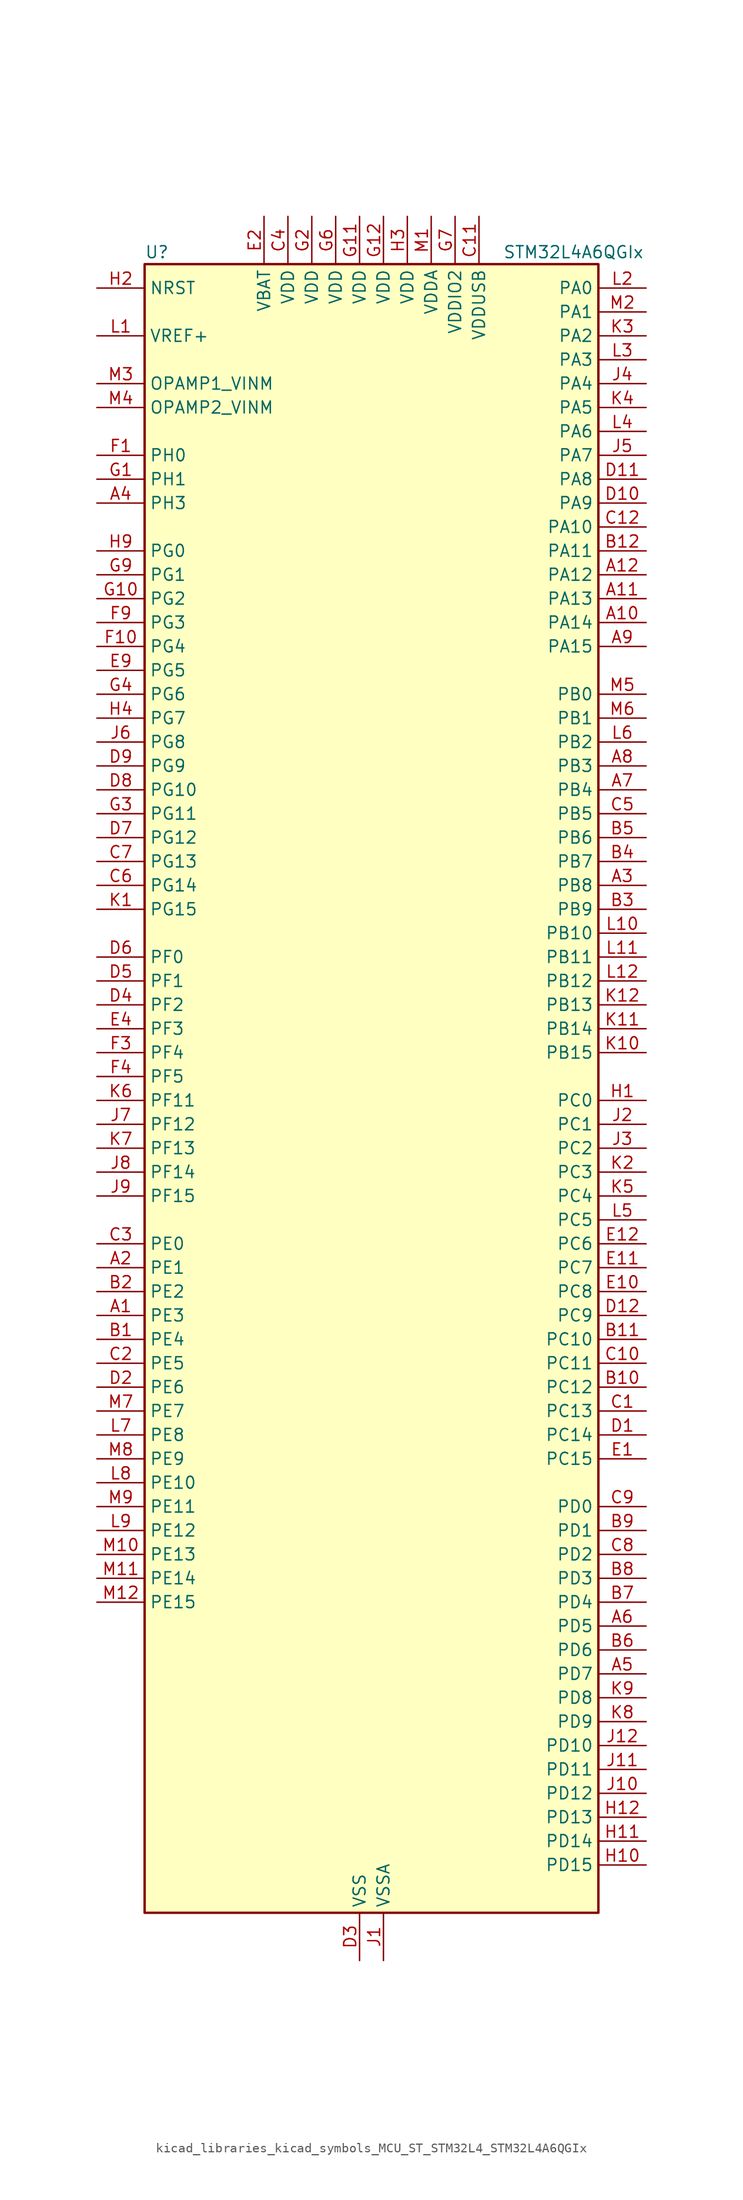
<source format=kicad_sym>
(kicad_symbol_lib
  (version 20220914)
  (generator kicad_symbol_editor)
  (symbol "kicad_libraries_kicad_symbols_MCU_ST_STM32L4_STM32L4A6QGIx"
    (property "Reference" "U"
      (at -22.86 90.17 0)
      (effects (font (size 1.27 1.27)) (justify left)))
    (property "Value" "STM32L4A6QGIx"
      (at 15.24 90.17 0)
      (effects (font (size 1.27 1.27)) (justify left)))
    (property "ki_locked" ""
      (at 0 0 0)
      (effects (font (size 1.27 1.27))))
    (symbol "kicad_libraries_kicad_symbols_MCU_ST_STM32L4_STM32L4A6QGIx_0_1"
      (rectangle (start -22.86 -86.36) (end 25.4 88.9) (stroke (width 0.254) (type default)) (fill (type background))))
    (symbol "kicad_libraries_kicad_symbols_MCU_ST_STM32L4_STM32L4A6QGIx_1_1"
      (pin bidirectional line (at -27.94 -22.86 0) (length 5.08) (name "PE3" (effects (font (size 1.27 1.27)))) (number "A1" (effects (font (size 1.27 1.27)))) (alternate "FMC_A19" bidirectional line) (alternate "LCD_SEG39" bidirectional line) (alternate "SAI1_SD_B" bidirectional line) (alternate "SYS_TRACED0" bidirectional line) (alternate "TIM3_CH1" bidirectional line) (alternate "TSC_G7_IO2" bidirectional line))
      (pin bidirectional line (at 30.48 50.8 180) (length 5.08) (name "PA14" (effects (font (size 1.27 1.27)))) (number "A10" (effects (font (size 1.27 1.27)))) (alternate "I2C1_SMBA" bidirectional line) (alternate "I2C4_SMBA" bidirectional line) (alternate "LPTIM1_OUT" bidirectional line) (alternate "SAI1_FS_B" bidirectional line) (alternate "SWPMI1_RX" bidirectional line) (alternate "SYS_JTCK-SWCLK" bidirectional line) (alternate "USB_OTG_FS_SOF" bidirectional line))
      (pin bidirectional line (at 30.48 53.34 180) (length 5.08) (name "PA13" (effects (font (size 1.27 1.27)))) (number "A11" (effects (font (size 1.27 1.27)))) (alternate "IR_OUT" bidirectional line) (alternate "SAI1_SD_B" bidirectional line) (alternate "SWPMI1_TX" bidirectional line) (alternate "SYS_JTMS-SWDIO" bidirectional line) (alternate "USB_OTG_FS_NOE" bidirectional line))
      (pin bidirectional line (at 30.48 55.88 180) (length 5.08) (name "PA12" (effects (font (size 1.27 1.27)))) (number "A12" (effects (font (size 1.27 1.27)))) (alternate "CAN1_TX" bidirectional line) (alternate "SPI1_MOSI" bidirectional line) (alternate "TIM1_ETR" bidirectional line) (alternate "USART1_DE" bidirectional line) (alternate "USART1_RTS" bidirectional line) (alternate "USB_OTG_FS_DP" bidirectional line))
      (pin bidirectional line (at -27.94 -17.78 0) (length 5.08) (name "PE1" (effects (font (size 1.27 1.27)))) (number "A2" (effects (font (size 1.27 1.27)))) (alternate "DCMI_D3" bidirectional line) (alternate "FMC_NBL1" bidirectional line) (alternate "LCD_SEG37" bidirectional line) (alternate "TIM17_CH1" bidirectional line))
      (pin bidirectional line (at 30.48 22.86 180) (length 5.08) (name "PB8" (effects (font (size 1.27 1.27)))) (number "A3" (effects (font (size 1.27 1.27)))) (alternate "CAN1_RX" bidirectional line) (alternate "DCMI_D6" bidirectional line) (alternate "DFSDM1_DATIN6" bidirectional line) (alternate "I2C1_SCL" bidirectional line) (alternate "LCD_SEG16" bidirectional line) (alternate "SAI1_MCLK_A" bidirectional line) (alternate "SDMMC1_D4" bidirectional line) (alternate "TIM16_CH1" bidirectional line) (alternate "TIM4_CH3" bidirectional line))
      (pin bidirectional line (at -27.94 63.5 0) (length 5.08) (name "PH3" (effects (font (size 1.27 1.27)))) (number "A4" (effects (font (size 1.27 1.27)))))
      (pin bidirectional line (at 30.48 -60.96 180) (length 5.08) (name "PD7" (effects (font (size 1.27 1.27)))) (number "A5" (effects (font (size 1.27 1.27)))) (alternate "DFSDM1_CKIN1" bidirectional line) (alternate "FMC_NE1" bidirectional line) (alternate "QUADSPI_BK2_IO3" bidirectional line) (alternate "USART2_CK" bidirectional line))
      (pin bidirectional line (at 30.48 -55.88 180) (length 5.08) (name "PD5" (effects (font (size 1.27 1.27)))) (number "A6" (effects (font (size 1.27 1.27)))) (alternate "FMC_NWE" bidirectional line) (alternate "QUADSPI_BK2_IO1" bidirectional line) (alternate "USART2_TX" bidirectional line))
      (pin bidirectional line (at 30.48 33.02 180) (length 5.08) (name "PB4" (effects (font (size 1.27 1.27)))) (number "A7" (effects (font (size 1.27 1.27)))) (alternate "COMP2_INP" bidirectional line) (alternate "DCMI_D12" bidirectional line) (alternate "I2C3_SDA" bidirectional line) (alternate "LCD_SEG8" bidirectional line) (alternate "SAI1_MCLK_B" bidirectional line) (alternate "SPI1_MISO" bidirectional line) (alternate "SPI3_MISO" bidirectional line) (alternate "SYS_JTRST" bidirectional line) (alternate "TIM17_BKIN" bidirectional line) (alternate "TIM3_CH1" bidirectional line) (alternate "TSC_G2_IO1" bidirectional line) (alternate "UART5_DE" bidirectional line) (alternate "UART5_RTS" bidirectional line) (alternate "USART1_CTS" bidirectional line))
      (pin bidirectional line (at 30.48 35.56 180) (length 5.08) (name "PB3" (effects (font (size 1.27 1.27)))) (number "A8" (effects (font (size 1.27 1.27)))) (alternate "COMP2_INM" bidirectional line) (alternate "CRS_SYNC" bidirectional line) (alternate "LCD_SEG7" bidirectional line) (alternate "SAI1_SCK_B" bidirectional line) (alternate "SPI1_SCK" bidirectional line) (alternate "SPI3_SCK" bidirectional line) (alternate "SYS_JTDO-SWO" bidirectional line) (alternate "TIM2_CH2" bidirectional line) (alternate "USART1_DE" bidirectional line) (alternate "USART1_RTS" bidirectional line))
      (pin bidirectional line (at 30.48 48.26 180) (length 5.08) (name "PA15" (effects (font (size 1.27 1.27)))) (number "A9" (effects (font (size 1.27 1.27)))) (alternate "ADC1_EXTI15" bidirectional line) (alternate "ADC2_EXTI15" bidirectional line) (alternate "ADC3_EXTI15" bidirectional line) (alternate "LCD_SEG17" bidirectional line) (alternate "SAI2_FS_B" bidirectional line) (alternate "SPI1_NSS" bidirectional line) (alternate "SPI3_NSS" bidirectional line) (alternate "SWPMI1_SUSPEND" bidirectional line) (alternate "SYS_JTDI" bidirectional line) (alternate "TIM2_CH1" bidirectional line) (alternate "TIM2_ETR" bidirectional line) (alternate "TSC_G3_IO1" bidirectional line) (alternate "UART4_DE" bidirectional line) (alternate "UART4_RTS" bidirectional line) (alternate "USART2_RX" bidirectional line) (alternate "USART3_DE" bidirectional line) (alternate "USART3_RTS" bidirectional line))
      (pin bidirectional line (at -27.94 -25.4 0) (length 5.08) (name "PE4" (effects (font (size 1.27 1.27)))) (number "B1" (effects (font (size 1.27 1.27)))) (alternate "DCMI_D4" bidirectional line) (alternate "DFSDM1_DATIN3" bidirectional line) (alternate "FMC_A20" bidirectional line) (alternate "SAI1_FS_A" bidirectional line) (alternate "SYS_TRACED1" bidirectional line) (alternate "TIM3_CH2" bidirectional line) (alternate "TSC_G7_IO3" bidirectional line))
      (pin bidirectional line (at 30.48 -30.48 180) (length 5.08) (name "PC12" (effects (font (size 1.27 1.27)))) (number "B10" (effects (font (size 1.27 1.27)))) (alternate "DCMI_D9" bidirectional line) (alternate "LCD_COM6" bidirectional line) (alternate "LCD_SEG30" bidirectional line) (alternate "LCD_SEG42" bidirectional line) (alternate "SAI2_SD_B" bidirectional line) (alternate "SDMMC1_CK" bidirectional line) (alternate "SPI3_MOSI" bidirectional line) (alternate "SYS_TRACED3" bidirectional line) (alternate "TSC_G3_IO4" bidirectional line) (alternate "UART5_TX" bidirectional line) (alternate "USART3_CK" bidirectional line))
      (pin bidirectional line (at 30.48 -25.4 180) (length 5.08) (name "PC10" (effects (font (size 1.27 1.27)))) (number "B11" (effects (font (size 1.27 1.27)))) (alternate "DCMI_D8" bidirectional line) (alternate "LCD_COM4" bidirectional line) (alternate "LCD_SEG28" bidirectional line) (alternate "LCD_SEG40" bidirectional line) (alternate "SAI2_SCK_B" bidirectional line) (alternate "SDMMC1_D2" bidirectional line) (alternate "SPI3_SCK" bidirectional line) (alternate "SYS_TRACED1" bidirectional line) (alternate "TSC_G3_IO2" bidirectional line) (alternate "UART4_TX" bidirectional line) (alternate "USART3_TX" bidirectional line))
      (pin bidirectional line (at 30.48 58.42 180) (length 5.08) (name "PA11" (effects (font (size 1.27 1.27)))) (number "B12" (effects (font (size 1.27 1.27)))) (alternate "ADC1_EXTI11" bidirectional line) (alternate "ADC2_EXTI11" bidirectional line) (alternate "ADC3_EXTI11" bidirectional line) (alternate "CAN1_RX" bidirectional line) (alternate "SPI1_MISO" bidirectional line) (alternate "TIM1_BKIN2" bidirectional line) (alternate "TIM1_BKIN2_COMP1" bidirectional line) (alternate "TIM1_CH4" bidirectional line) (alternate "USART1_CTS" bidirectional line) (alternate "USB_OTG_FS_DM" bidirectional line))
      (pin bidirectional line (at -27.94 -20.32 0) (length 5.08) (name "PE2" (effects (font (size 1.27 1.27)))) (number "B2" (effects (font (size 1.27 1.27)))) (alternate "FMC_A23" bidirectional line) (alternate "LCD_SEG38" bidirectional line) (alternate "SAI1_MCLK_A" bidirectional line) (alternate "SYS_TRACECLK" bidirectional line) (alternate "TIM3_ETR" bidirectional line) (alternate "TSC_G7_IO1" bidirectional line))
      (pin bidirectional line (at 30.48 20.32 180) (length 5.08) (name "PB9" (effects (font (size 1.27 1.27)))) (number "B3" (effects (font (size 1.27 1.27)))) (alternate "CAN1_TX" bidirectional line) (alternate "DAC1_EXTI9" bidirectional line) (alternate "DCMI_D7" bidirectional line) (alternate "DFSDM1_CKIN6" bidirectional line) (alternate "I2C1_SDA" bidirectional line) (alternate "IR_OUT" bidirectional line) (alternate "LCD_COM3" bidirectional line) (alternate "SAI1_FS_A" bidirectional line) (alternate "SDMMC1_D5" bidirectional line) (alternate "SPI2_NSS" bidirectional line) (alternate "TIM17_CH1" bidirectional line) (alternate "TIM4_CH4" bidirectional line))
      (pin bidirectional line (at 30.48 25.4 180) (length 5.08) (name "PB7" (effects (font (size 1.27 1.27)))) (number "B4" (effects (font (size 1.27 1.27)))) (alternate "COMP2_INM" bidirectional line) (alternate "DCMI_VSYNC" bidirectional line) (alternate "DFSDM1_CKIN5" bidirectional line) (alternate "FMC_NL" bidirectional line) (alternate "I2C1_SDA" bidirectional line) (alternate "I2C4_SDA" bidirectional line) (alternate "LCD_SEG21" bidirectional line) (alternate "LPTIM1_IN2" bidirectional line) (alternate "SYS_PVD_IN" bidirectional line) (alternate "TIM17_CH1N" bidirectional line) (alternate "TIM4_CH2" bidirectional line) (alternate "TIM8_BKIN" bidirectional line) (alternate "TIM8_BKIN_COMP1" bidirectional line) (alternate "TSC_G2_IO4" bidirectional line) (alternate "UART4_CTS" bidirectional line) (alternate "USART1_RX" bidirectional line))
      (pin bidirectional line (at 30.48 27.94 180) (length 5.08) (name "PB6" (effects (font (size 1.27 1.27)))) (number "B5" (effects (font (size 1.27 1.27)))) (alternate "CAN2_TX" bidirectional line) (alternate "COMP2_INP" bidirectional line) (alternate "DCMI_D5" bidirectional line) (alternate "DFSDM1_DATIN5" bidirectional line) (alternate "I2C1_SCL" bidirectional line) (alternate "I2C4_SCL" bidirectional line) (alternate "LPTIM1_ETR" bidirectional line) (alternate "SAI1_FS_B" bidirectional line) (alternate "TIM16_CH1N" bidirectional line) (alternate "TIM4_CH1" bidirectional line) (alternate "TIM8_BKIN2" bidirectional line) (alternate "TIM8_BKIN2_COMP2" bidirectional line) (alternate "TSC_G2_IO3" bidirectional line) (alternate "USART1_TX" bidirectional line))
      (pin bidirectional line (at 30.48 -58.42 180) (length 5.08) (name "PD6" (effects (font (size 1.27 1.27)))) (number "B6" (effects (font (size 1.27 1.27)))) (alternate "DCMI_D10" bidirectional line) (alternate "DFSDM1_DATIN1" bidirectional line) (alternate "FMC_NWAIT" bidirectional line) (alternate "QUADSPI_BK2_IO1" bidirectional line) (alternate "QUADSPI_BK2_IO2" bidirectional line) (alternate "SAI1_SD_A" bidirectional line) (alternate "USART2_RX" bidirectional line))
      (pin bidirectional line (at 30.48 -53.34 180) (length 5.08) (name "PD4" (effects (font (size 1.27 1.27)))) (number "B7" (effects (font (size 1.27 1.27)))) (alternate "DFSDM1_CKIN0" bidirectional line) (alternate "FMC_NOE" bidirectional line) (alternate "QUADSPI_BK2_IO0" bidirectional line) (alternate "SPI2_MOSI" bidirectional line) (alternate "USART2_DE" bidirectional line) (alternate "USART2_RTS" bidirectional line))
      (pin bidirectional line (at 30.48 -50.8 180) (length 5.08) (name "PD3" (effects (font (size 1.27 1.27)))) (number "B8" (effects (font (size 1.27 1.27)))) (alternate "DCMI_D5" bidirectional line) (alternate "DFSDM1_DATIN0" bidirectional line) (alternate "FMC_CLK" bidirectional line) (alternate "QUADSPI_BK2_NCS" bidirectional line) (alternate "SPI2_MISO" bidirectional line) (alternate "SPI2_SCK" bidirectional line) (alternate "USART2_CTS" bidirectional line))
      (pin bidirectional line (at 30.48 -45.72 180) (length 5.08) (name "PD1" (effects (font (size 1.27 1.27)))) (number "B9" (effects (font (size 1.27 1.27)))) (alternate "CAN1_TX" bidirectional line) (alternate "DFSDM1_CKIN7" bidirectional line) (alternate "FMC_D3" bidirectional line) (alternate "FMC_DA3" bidirectional line) (alternate "SPI2_SCK" bidirectional line))
      (pin bidirectional line (at 30.48 -33.02 180) (length 5.08) (name "PC13" (effects (font (size 1.27 1.27)))) (number "C1" (effects (font (size 1.27 1.27)))) (alternate "RTC_OUT_ALARM" bidirectional line) (alternate "RTC_OUT_CALIB" bidirectional line) (alternate "RTC_TAMP1" bidirectional line) (alternate "RTC_TS" bidirectional line) (alternate "SYS_WKUP2" bidirectional line))
      (pin bidirectional line (at 30.48 -27.94 180) (length 5.08) (name "PC11" (effects (font (size 1.27 1.27)))) (number "C10" (effects (font (size 1.27 1.27)))) (alternate "ADC1_EXTI11" bidirectional line) (alternate "ADC2_EXTI11" bidirectional line) (alternate "ADC3_EXTI11" bidirectional line) (alternate "DCMI_D4" bidirectional line) (alternate "LCD_COM5" bidirectional line) (alternate "LCD_SEG29" bidirectional line) (alternate "LCD_SEG41" bidirectional line) (alternate "QUADSPI_BK2_NCS" bidirectional line) (alternate "SAI2_MCLK_B" bidirectional line) (alternate "SDMMC1_D3" bidirectional line) (alternate "SPI3_MISO" bidirectional line) (alternate "TSC_G3_IO3" bidirectional line) (alternate "UART4_RX" bidirectional line) (alternate "USART3_RX" bidirectional line))
      (pin power_in line (at 12.7 93.98 270) (length 5.08) (name "VDDUSB" (effects (font (size 1.27 1.27)))) (number "C11" (effects (font (size 1.27 1.27)))))
      (pin bidirectional line (at 30.48 60.96 180) (length 5.08) (name "PA10" (effects (font (size 1.27 1.27)))) (number "C12" (effects (font (size 1.27 1.27)))) (alternate "DCMI_D1" bidirectional line) (alternate "LCD_COM2" bidirectional line) (alternate "SAI1_SD_A" bidirectional line) (alternate "TIM17_BKIN" bidirectional line) (alternate "TIM1_CH3" bidirectional line) (alternate "USART1_RX" bidirectional line) (alternate "USB_OTG_FS_ID" bidirectional line))
      (pin bidirectional line (at -27.94 -27.94 0) (length 5.08) (name "PE5" (effects (font (size 1.27 1.27)))) (number "C2" (effects (font (size 1.27 1.27)))) (alternate "DCMI_D6" bidirectional line) (alternate "DFSDM1_CKIN3" bidirectional line) (alternate "FMC_A21" bidirectional line) (alternate "SAI1_SCK_A" bidirectional line) (alternate "SYS_TRACED2" bidirectional line) (alternate "TIM3_CH3" bidirectional line) (alternate "TSC_G7_IO4" bidirectional line))
      (pin bidirectional line (at -27.94 -15.24 0) (length 5.08) (name "PE0" (effects (font (size 1.27 1.27)))) (number "C3" (effects (font (size 1.27 1.27)))) (alternate "DCMI_D2" bidirectional line) (alternate "FMC_NBL0" bidirectional line) (alternate "LCD_SEG36" bidirectional line) (alternate "TIM16_CH1" bidirectional line) (alternate "TIM4_ETR" bidirectional line))
      (pin power_in line (at -7.62 93.98 270) (length 5.08) (name "VDD" (effects (font (size 1.27 1.27)))) (number "C4" (effects (font (size 1.27 1.27)))))
      (pin bidirectional line (at 30.48 30.48 180) (length 5.08) (name "PB5" (effects (font (size 1.27 1.27)))) (number "C5" (effects (font (size 1.27 1.27)))) (alternate "CAN2_RX" bidirectional line) (alternate "COMP2_OUT" bidirectional line) (alternate "DCMI_D10" bidirectional line) (alternate "I2C1_SMBA" bidirectional line) (alternate "LCD_SEG9" bidirectional line) (alternate "LPTIM1_IN1" bidirectional line) (alternate "SAI1_SD_B" bidirectional line) (alternate "SPI1_MOSI" bidirectional line) (alternate "SPI3_MOSI" bidirectional line) (alternate "TIM16_BKIN" bidirectional line) (alternate "TIM3_CH2" bidirectional line) (alternate "TSC_G2_IO2" bidirectional line) (alternate "UART5_CTS" bidirectional line) (alternate "USART1_CK" bidirectional line))
      (pin bidirectional line (at -27.94 22.86 0) (length 5.08) (name "PG14" (effects (font (size 1.27 1.27)))) (number "C6" (effects (font (size 1.27 1.27)))) (alternate "FMC_A25" bidirectional line) (alternate "I2C1_SCL" bidirectional line))
      (pin bidirectional line (at -27.94 25.4 0) (length 5.08) (name "PG13" (effects (font (size 1.27 1.27)))) (number "C7" (effects (font (size 1.27 1.27)))) (alternate "FMC_A24" bidirectional line) (alternate "I2C1_SDA" bidirectional line) (alternate "USART1_CK" bidirectional line))
      (pin bidirectional line (at 30.48 -48.26 180) (length 5.08) (name "PD2" (effects (font (size 1.27 1.27)))) (number "C8" (effects (font (size 1.27 1.27)))) (alternate "DCMI_D11" bidirectional line) (alternate "LCD_COM7" bidirectional line) (alternate "LCD_SEG31" bidirectional line) (alternate "LCD_SEG43" bidirectional line) (alternate "SDMMC1_CMD" bidirectional line) (alternate "SYS_TRACED2" bidirectional line) (alternate "TIM3_ETR" bidirectional line) (alternate "TSC_SYNC" bidirectional line) (alternate "UART5_RX" bidirectional line) (alternate "USART3_DE" bidirectional line) (alternate "USART3_RTS" bidirectional line))
      (pin bidirectional line (at 30.48 -43.18 180) (length 5.08) (name "PD0" (effects (font (size 1.27 1.27)))) (number "C9" (effects (font (size 1.27 1.27)))) (alternate "CAN1_RX" bidirectional line) (alternate "DFSDM1_DATIN7" bidirectional line) (alternate "FMC_D2" bidirectional line) (alternate "FMC_DA2" bidirectional line) (alternate "SPI2_NSS" bidirectional line))
      (pin bidirectional line (at 30.48 -35.56 180) (length 5.08) (name "PC14" (effects (font (size 1.27 1.27)))) (number "D1" (effects (font (size 1.27 1.27)))) (alternate "RCC_OSC32_IN" bidirectional line))
      (pin bidirectional line (at 30.48 63.5 180) (length 5.08) (name "PA9" (effects (font (size 1.27 1.27)))) (number "D10" (effects (font (size 1.27 1.27)))) (alternate "DAC1_EXTI9" bidirectional line) (alternate "DCMI_D0" bidirectional line) (alternate "LCD_COM1" bidirectional line) (alternate "SAI1_FS_A" bidirectional line) (alternate "SPI2_SCK" bidirectional line) (alternate "TIM15_BKIN" bidirectional line) (alternate "TIM1_CH2" bidirectional line) (alternate "USART1_TX" bidirectional line) (alternate "USB_OTG_FS_VBUS" bidirectional line))
      (pin bidirectional line (at 30.48 66.04 180) (length 5.08) (name "PA8" (effects (font (size 1.27 1.27)))) (number "D11" (effects (font (size 1.27 1.27)))) (alternate "LCD_COM0" bidirectional line) (alternate "LPTIM2_OUT" bidirectional line) (alternate "RCC_MCO" bidirectional line) (alternate "SAI1_SCK_A" bidirectional line) (alternate "SWPMI1_IO" bidirectional line) (alternate "TIM1_CH1" bidirectional line) (alternate "USART1_CK" bidirectional line) (alternate "USB_OTG_FS_SOF" bidirectional line))
      (pin bidirectional line (at 30.48 -22.86 180) (length 5.08) (name "PC9" (effects (font (size 1.27 1.27)))) (number "D12" (effects (font (size 1.27 1.27)))) (alternate "DAC1_EXTI9" bidirectional line) (alternate "DCMI_D3" bidirectional line) (alternate "I2C3_SDA" bidirectional line) (alternate "LCD_SEG27" bidirectional line) (alternate "SAI2_EXTCLK" bidirectional line) (alternate "SDMMC1_D1" bidirectional line) (alternate "TIM3_CH4" bidirectional line) (alternate "TIM8_BKIN2" bidirectional line) (alternate "TIM8_BKIN2_COMP1" bidirectional line) (alternate "TIM8_CH4" bidirectional line) (alternate "TSC_G4_IO4" bidirectional line) (alternate "USB_OTG_FS_NOE" bidirectional line))
      (pin bidirectional line (at -27.94 -30.48 0) (length 5.08) (name "PE6" (effects (font (size 1.27 1.27)))) (number "D2" (effects (font (size 1.27 1.27)))) (alternate "DCMI_D7" bidirectional line) (alternate "FMC_A22" bidirectional line) (alternate "RTC_TAMP3" bidirectional line) (alternate "SAI1_SD_A" bidirectional line) (alternate "SYS_TRACED3" bidirectional line) (alternate "SYS_WKUP3" bidirectional line) (alternate "TIM3_CH4" bidirectional line))
      (pin power_in line (at 0 -91.44 90) (length 5.08) (name "VSS" (effects (font (size 1.27 1.27)))) (number "D3" (effects (font (size 1.27 1.27)))))
      (pin bidirectional line (at -27.94 10.16 0) (length 5.08) (name "PF2" (effects (font (size 1.27 1.27)))) (number "D4" (effects (font (size 1.27 1.27)))) (alternate "FMC_A2" bidirectional line) (alternate "I2C2_SMBA" bidirectional line))
      (pin bidirectional line (at -27.94 12.7 0) (length 5.08) (name "PF1" (effects (font (size 1.27 1.27)))) (number "D5" (effects (font (size 1.27 1.27)))) (alternate "FMC_A1" bidirectional line) (alternate "I2C2_SCL" bidirectional line))
      (pin bidirectional line (at -27.94 15.24 0) (length 5.08) (name "PF0" (effects (font (size 1.27 1.27)))) (number "D6" (effects (font (size 1.27 1.27)))) (alternate "FMC_A0" bidirectional line) (alternate "I2C2_SDA" bidirectional line))
      (pin bidirectional line (at -27.94 27.94 0) (length 5.08) (name "PG12" (effects (font (size 1.27 1.27)))) (number "D7" (effects (font (size 1.27 1.27)))) (alternate "FMC_NE4" bidirectional line) (alternate "LPTIM1_ETR" bidirectional line) (alternate "SAI2_SD_A" bidirectional line) (alternate "SPI3_NSS" bidirectional line) (alternate "USART1_DE" bidirectional line) (alternate "USART1_RTS" bidirectional line))
      (pin bidirectional line (at -27.94 33.02 0) (length 5.08) (name "PG10" (effects (font (size 1.27 1.27)))) (number "D8" (effects (font (size 1.27 1.27)))) (alternate "FMC_NE3" bidirectional line) (alternate "LPTIM1_IN1" bidirectional line) (alternate "SAI2_FS_A" bidirectional line) (alternate "SPI3_MISO" bidirectional line) (alternate "TIM15_CH1" bidirectional line) (alternate "USART1_RX" bidirectional line))
      (pin bidirectional line (at -27.94 35.56 0) (length 5.08) (name "PG9" (effects (font (size 1.27 1.27)))) (number "D9" (effects (font (size 1.27 1.27)))) (alternate "DAC1_EXTI9" bidirectional line) (alternate "FMC_NCE" bidirectional line) (alternate "FMC_NE2" bidirectional line) (alternate "SAI2_SCK_A" bidirectional line) (alternate "SPI3_SCK" bidirectional line) (alternate "TIM15_CH1N" bidirectional line) (alternate "USART1_TX" bidirectional line))
      (pin bidirectional line (at 30.48 -38.1 180) (length 5.08) (name "PC15" (effects (font (size 1.27 1.27)))) (number "E1" (effects (font (size 1.27 1.27)))) (alternate "ADC1_EXTI15" bidirectional line) (alternate "ADC2_EXTI15" bidirectional line) (alternate "ADC3_EXTI15" bidirectional line) (alternate "RCC_OSC32_OUT" bidirectional line))
      (pin bidirectional line (at 30.48 -20.32 180) (length 5.08) (name "PC8" (effects (font (size 1.27 1.27)))) (number "E10" (effects (font (size 1.27 1.27)))) (alternate "DCMI_D2" bidirectional line) (alternate "LCD_SEG26" bidirectional line) (alternate "SDMMC1_D0" bidirectional line) (alternate "TIM3_CH3" bidirectional line) (alternate "TIM8_CH3" bidirectional line) (alternate "TSC_G4_IO3" bidirectional line))
      (pin bidirectional line (at 30.48 -17.78 180) (length 5.08) (name "PC7" (effects (font (size 1.27 1.27)))) (number "E11" (effects (font (size 1.27 1.27)))) (alternate "DCMI_D1" bidirectional line) (alternate "DFSDM1_DATIN3" bidirectional line) (alternate "LCD_SEG25" bidirectional line) (alternate "SAI2_MCLK_B" bidirectional line) (alternate "SDMMC1_D7" bidirectional line) (alternate "TIM3_CH2" bidirectional line) (alternate "TIM8_CH2" bidirectional line) (alternate "TSC_G4_IO2" bidirectional line))
      (pin bidirectional line (at 30.48 -15.24 180) (length 5.08) (name "PC6" (effects (font (size 1.27 1.27)))) (number "E12" (effects (font (size 1.27 1.27)))) (alternate "DCMI_D0" bidirectional line) (alternate "DFSDM1_CKIN3" bidirectional line) (alternate "LCD_SEG24" bidirectional line) (alternate "SAI2_MCLK_A" bidirectional line) (alternate "SDMMC1_D6" bidirectional line) (alternate "TIM3_CH1" bidirectional line) (alternate "TIM8_CH1" bidirectional line) (alternate "TSC_G4_IO1" bidirectional line))
      (pin power_in line (at -10.16 93.98 270) (length 5.08) (name "VBAT" (effects (font (size 1.27 1.27)))) (number "E2" (effects (font (size 1.27 1.27)))))
      (pin passive line (at 0 -91.44 90) (length 5.08) hide (name "VSS" (effects (font (size 1.27 1.27)))) (number "E3" (effects (font (size 1.27 1.27)))))
      (pin bidirectional line (at -27.94 7.62 0) (length 5.08) (name "PF3" (effects (font (size 1.27 1.27)))) (number "E4" (effects (font (size 1.27 1.27)))) (alternate "ADC3_IN6" bidirectional line) (alternate "FMC_A3" bidirectional line))
      (pin bidirectional line (at -27.94 45.72 0) (length 5.08) (name "PG5" (effects (font (size 1.27 1.27)))) (number "E9" (effects (font (size 1.27 1.27)))) (alternate "FMC_A15" bidirectional line) (alternate "LPUART1_CTS" bidirectional line) (alternate "SAI2_SD_B" bidirectional line) (alternate "SPI1_NSS" bidirectional line))
      (pin bidirectional line (at -27.94 68.58 0) (length 5.08) (name "PH0" (effects (font (size 1.27 1.27)))) (number "F1" (effects (font (size 1.27 1.27)))) (alternate "RCC_OSC_IN" bidirectional line))
      (pin bidirectional line (at -27.94 48.26 0) (length 5.08) (name "PG4" (effects (font (size 1.27 1.27)))) (number "F10" (effects (font (size 1.27 1.27)))) (alternate "FMC_A14" bidirectional line) (alternate "SAI2_MCLK_B" bidirectional line) (alternate "SPI1_MOSI" bidirectional line))
      (pin passive line (at 0 -91.44 90) (length 5.08) hide (name "VSS" (effects (font (size 1.27 1.27)))) (number "F11" (effects (font (size 1.27 1.27)))))
      (pin passive line (at 0 -91.44 90) (length 5.08) hide (name "VSS" (effects (font (size 1.27 1.27)))) (number "F12" (effects (font (size 1.27 1.27)))))
      (pin passive line (at 0 -91.44 90) (length 5.08) hide (name "VSS" (effects (font (size 1.27 1.27)))) (number "F2" (effects (font (size 1.27 1.27)))))
      (pin bidirectional line (at -27.94 5.08 0) (length 5.08) (name "PF4" (effects (font (size 1.27 1.27)))) (number "F3" (effects (font (size 1.27 1.27)))) (alternate "ADC3_IN7" bidirectional line) (alternate "FMC_A4" bidirectional line))
      (pin bidirectional line (at -27.94 2.54 0) (length 5.08) (name "PF5" (effects (font (size 1.27 1.27)))) (number "F4" (effects (font (size 1.27 1.27)))) (alternate "ADC3_IN8" bidirectional line) (alternate "FMC_A5" bidirectional line))
      (pin passive line (at 0 -91.44 90) (length 5.08) hide (name "VSS" (effects (font (size 1.27 1.27)))) (number "F6" (effects (font (size 1.27 1.27)))))
      (pin passive line (at 0 -91.44 90) (length 5.08) hide (name "VSS" (effects (font (size 1.27 1.27)))) (number "F7" (effects (font (size 1.27 1.27)))))
      (pin bidirectional line (at -27.94 50.8 0) (length 5.08) (name "PG3" (effects (font (size 1.27 1.27)))) (number "F9" (effects (font (size 1.27 1.27)))) (alternate "FMC_A13" bidirectional line) (alternate "SAI2_FS_B" bidirectional line) (alternate "SPI1_MISO" bidirectional line))
      (pin bidirectional line (at -27.94 66.04 0) (length 5.08) (name "PH1" (effects (font (size 1.27 1.27)))) (number "G1" (effects (font (size 1.27 1.27)))) (alternate "RCC_OSC_OUT" bidirectional line))
      (pin bidirectional line (at -27.94 53.34 0) (length 5.08) (name "PG2" (effects (font (size 1.27 1.27)))) (number "G10" (effects (font (size 1.27 1.27)))) (alternate "FMC_A12" bidirectional line) (alternate "SAI2_SCK_B" bidirectional line) (alternate "SPI1_SCK" bidirectional line))
      (pin power_in line (at 0 93.98 270) (length 5.08) (name "VDD" (effects (font (size 1.27 1.27)))) (number "G11" (effects (font (size 1.27 1.27)))))
      (pin power_in line (at 2.54 93.98 270) (length 5.08) (name "VDD" (effects (font (size 1.27 1.27)))) (number "G12" (effects (font (size 1.27 1.27)))))
      (pin power_in line (at -5.08 93.98 270) (length 5.08) (name "VDD" (effects (font (size 1.27 1.27)))) (number "G2" (effects (font (size 1.27 1.27)))))
      (pin bidirectional line (at -27.94 30.48 0) (length 5.08) (name "PG11" (effects (font (size 1.27 1.27)))) (number "G3" (effects (font (size 1.27 1.27)))) (alternate "ADC1_EXTI11" bidirectional line) (alternate "ADC2_EXTI11" bidirectional line) (alternate "ADC3_EXTI11" bidirectional line) (alternate "LPTIM1_IN2" bidirectional line) (alternate "SAI2_MCLK_A" bidirectional line) (alternate "SPI3_MOSI" bidirectional line) (alternate "TIM15_CH2" bidirectional line) (alternate "USART1_CTS" bidirectional line))
      (pin bidirectional line (at -27.94 43.18 0) (length 5.08) (name "PG6" (effects (font (size 1.27 1.27)))) (number "G4" (effects (font (size 1.27 1.27)))) (alternate "I2C3_SMBA" bidirectional line) (alternate "LPUART1_DE" bidirectional line) (alternate "LPUART1_RTS" bidirectional line))
      (pin power_in line (at -2.54 93.98 270) (length 5.08) (name "VDD" (effects (font (size 1.27 1.27)))) (number "G6" (effects (font (size 1.27 1.27)))))
      (pin power_in line (at 10.16 93.98 270) (length 5.08) (name "VDDIO2" (effects (font (size 1.27 1.27)))) (number "G7" (effects (font (size 1.27 1.27)))))
      (pin bidirectional line (at -27.94 55.88 0) (length 5.08) (name "PG1" (effects (font (size 1.27 1.27)))) (number "G9" (effects (font (size 1.27 1.27)))) (alternate "FMC_A11" bidirectional line) (alternate "TSC_G8_IO4" bidirectional line))
      (pin bidirectional line (at 30.48 0 180) (length 5.08) (name "PC0" (effects (font (size 1.27 1.27)))) (number "H1" (effects (font (size 1.27 1.27)))) (alternate "ADC1_IN1" bidirectional line) (alternate "ADC2_IN1" bidirectional line) (alternate "ADC3_IN1" bidirectional line) (alternate "DFSDM1_DATIN4" bidirectional line) (alternate "I2C3_SCL" bidirectional line) (alternate "I2C4_SCL" bidirectional line) (alternate "LCD_SEG18" bidirectional line) (alternate "LPTIM1_IN1" bidirectional line) (alternate "LPTIM2_IN1" bidirectional line) (alternate "LPUART1_RX" bidirectional line))
      (pin bidirectional line (at 30.48 -81.28 180) (length 5.08) (name "PD15" (effects (font (size 1.27 1.27)))) (number "H10" (effects (font (size 1.27 1.27)))) (alternate "ADC1_EXTI15" bidirectional line) (alternate "ADC2_EXTI15" bidirectional line) (alternate "ADC3_EXTI15" bidirectional line) (alternate "FMC_D1" bidirectional line) (alternate "FMC_DA1" bidirectional line) (alternate "LCD_SEG35" bidirectional line) (alternate "TIM4_CH4" bidirectional line))
      (pin bidirectional line (at 30.48 -78.74 180) (length 5.08) (name "PD14" (effects (font (size 1.27 1.27)))) (number "H11" (effects (font (size 1.27 1.27)))) (alternate "FMC_D0" bidirectional line) (alternate "FMC_DA0" bidirectional line) (alternate "LCD_SEG34" bidirectional line) (alternate "TIM4_CH3" bidirectional line))
      (pin bidirectional line (at 30.48 -76.2 180) (length 5.08) (name "PD13" (effects (font (size 1.27 1.27)))) (number "H12" (effects (font (size 1.27 1.27)))) (alternate "FMC_A18" bidirectional line) (alternate "I2C4_SDA" bidirectional line) (alternate "LCD_SEG33" bidirectional line) (alternate "LPTIM2_OUT" bidirectional line) (alternate "TIM4_CH2" bidirectional line) (alternate "TSC_G6_IO4" bidirectional line))
      (pin input line (at -27.94 86.36 0) (length 5.08) (name "NRST" (effects (font (size 1.27 1.27)))) (number "H2" (effects (font (size 1.27 1.27)))))
      (pin power_in line (at 5.08 93.98 270) (length 5.08) (name "VDD" (effects (font (size 1.27 1.27)))) (number "H3" (effects (font (size 1.27 1.27)))))
      (pin bidirectional line (at -27.94 40.64 0) (length 5.08) (name "PG7" (effects (font (size 1.27 1.27)))) (number "H4" (effects (font (size 1.27 1.27)))) (alternate "FMC_INT" bidirectional line) (alternate "I2C3_SCL" bidirectional line) (alternate "LPUART1_TX" bidirectional line) (alternate "SAI1_MCLK_A" bidirectional line))
      (pin bidirectional line (at -27.94 58.42 0) (length 5.08) (name "PG0" (effects (font (size 1.27 1.27)))) (number "H9" (effects (font (size 1.27 1.27)))) (alternate "FMC_A10" bidirectional line) (alternate "TSC_G8_IO3" bidirectional line))
      (pin power_in line (at 2.54 -91.44 90) (length 5.08) (name "VSSA" (effects (font (size 1.27 1.27)))) (number "J1" (effects (font (size 1.27 1.27)))))
      (pin bidirectional line (at 30.48 -73.66 180) (length 5.08) (name "PD12" (effects (font (size 1.27 1.27)))) (number "J10" (effects (font (size 1.27 1.27)))) (alternate "FMC_A17" bidirectional line) (alternate "FMC_ALE" bidirectional line) (alternate "I2C4_SCL" bidirectional line) (alternate "LCD_SEG32" bidirectional line) (alternate "LPTIM2_IN1" bidirectional line) (alternate "SAI2_FS_A" bidirectional line) (alternate "TIM4_CH1" bidirectional line) (alternate "TSC_G6_IO3" bidirectional line) (alternate "USART3_DE" bidirectional line) (alternate "USART3_RTS" bidirectional line))
      (pin bidirectional line (at 30.48 -71.12 180) (length 5.08) (name "PD11" (effects (font (size 1.27 1.27)))) (number "J11" (effects (font (size 1.27 1.27)))) (alternate "ADC1_EXTI11" bidirectional line) (alternate "ADC2_EXTI11" bidirectional line) (alternate "ADC3_EXTI11" bidirectional line) (alternate "FMC_A16" bidirectional line) (alternate "FMC_CLE" bidirectional line) (alternate "I2C4_SMBA" bidirectional line) (alternate "LCD_SEG31" bidirectional line) (alternate "LPTIM2_ETR" bidirectional line) (alternate "SAI2_SD_A" bidirectional line) (alternate "TSC_G6_IO2" bidirectional line) (alternate "USART3_CTS" bidirectional line))
      (pin bidirectional line (at 30.48 -68.58 180) (length 5.08) (name "PD10" (effects (font (size 1.27 1.27)))) (number "J12" (effects (font (size 1.27 1.27)))) (alternate "FMC_D15" bidirectional line) (alternate "FMC_DA15" bidirectional line) (alternate "LCD_SEG30" bidirectional line) (alternate "SAI2_SCK_A" bidirectional line) (alternate "TSC_G6_IO1" bidirectional line) (alternate "USART3_CK" bidirectional line))
      (pin bidirectional line (at 30.48 -2.54 180) (length 5.08) (name "PC1" (effects (font (size 1.27 1.27)))) (number "J2" (effects (font (size 1.27 1.27)))) (alternate "ADC1_IN2" bidirectional line) (alternate "ADC2_IN2" bidirectional line) (alternate "ADC3_IN2" bidirectional line) (alternate "DFSDM1_CKIN4" bidirectional line) (alternate "I2C3_SDA" bidirectional line) (alternate "I2C4_SDA" bidirectional line) (alternate "LCD_SEG19" bidirectional line) (alternate "LPTIM1_OUT" bidirectional line) (alternate "LPUART1_TX" bidirectional line) (alternate "QUADSPI_BK2_IO0" bidirectional line) (alternate "SAI1_SD_A" bidirectional line) (alternate "SPI2_MOSI" bidirectional line) (alternate "SYS_TRACED0" bidirectional line))
      (pin bidirectional line (at 30.48 -5.08 180) (length 5.08) (name "PC2" (effects (font (size 1.27 1.27)))) (number "J3" (effects (font (size 1.27 1.27)))) (alternate "ADC1_IN3" bidirectional line) (alternate "ADC2_IN3" bidirectional line) (alternate "ADC3_IN3" bidirectional line) (alternate "DFSDM1_CKOUT" bidirectional line) (alternate "LCD_SEG20" bidirectional line) (alternate "LPTIM1_IN2" bidirectional line) (alternate "QUADSPI_BK2_IO1" bidirectional line) (alternate "SPI2_MISO" bidirectional line))
      (pin bidirectional line (at 30.48 76.2 180) (length 5.08) (name "PA4" (effects (font (size 1.27 1.27)))) (number "J4" (effects (font (size 1.27 1.27)))) (alternate "ADC1_IN9" bidirectional line) (alternate "ADC2_IN9" bidirectional line) (alternate "DAC1_OUT1" bidirectional line) (alternate "DCMI_HSYNC" bidirectional line) (alternate "LPTIM2_OUT" bidirectional line) (alternate "SAI1_FS_B" bidirectional line) (alternate "SPI1_NSS" bidirectional line) (alternate "SPI3_NSS" bidirectional line) (alternate "USART2_CK" bidirectional line))
      (pin bidirectional line (at 30.48 68.58 180) (length 5.08) (name "PA7" (effects (font (size 1.27 1.27)))) (number "J5" (effects (font (size 1.27 1.27)))) (alternate "ADC1_IN12" bidirectional line) (alternate "ADC2_IN12" bidirectional line) (alternate "I2C3_SCL" bidirectional line) (alternate "LCD_SEG4" bidirectional line) (alternate "QUADSPI_BK1_IO2" bidirectional line) (alternate "SPI1_MOSI" bidirectional line) (alternate "TIM17_CH1" bidirectional line) (alternate "TIM1_CH1N" bidirectional line) (alternate "TIM3_CH2" bidirectional line) (alternate "TIM8_CH1N" bidirectional line))
      (pin bidirectional line (at -27.94 38.1 0) (length 5.08) (name "PG8" (effects (font (size 1.27 1.27)))) (number "J6" (effects (font (size 1.27 1.27)))) (alternate "I2C3_SDA" bidirectional line) (alternate "LPUART1_RX" bidirectional line))
      (pin bidirectional line (at -27.94 -2.54 0) (length 5.08) (name "PF12" (effects (font (size 1.27 1.27)))) (number "J7" (effects (font (size 1.27 1.27)))) (alternate "FMC_A6" bidirectional line))
      (pin bidirectional line (at -27.94 -7.62 0) (length 5.08) (name "PF14" (effects (font (size 1.27 1.27)))) (number "J8" (effects (font (size 1.27 1.27)))) (alternate "DFSDM1_CKIN6" bidirectional line) (alternate "FMC_A8" bidirectional line) (alternate "I2C4_SCL" bidirectional line) (alternate "TSC_G8_IO1" bidirectional line))
      (pin bidirectional line (at -27.94 -10.16 0) (length 5.08) (name "PF15" (effects (font (size 1.27 1.27)))) (number "J9" (effects (font (size 1.27 1.27)))) (alternate "ADC1_EXTI15" bidirectional line) (alternate "ADC2_EXTI15" bidirectional line) (alternate "ADC3_EXTI15" bidirectional line) (alternate "FMC_A9" bidirectional line) (alternate "I2C4_SDA" bidirectional line) (alternate "TSC_G8_IO2" bidirectional line))
      (pin bidirectional line (at -27.94 20.32 0) (length 5.08) (name "PG15" (effects (font (size 1.27 1.27)))) (number "K1" (effects (font (size 1.27 1.27)))) (alternate "ADC1_EXTI15" bidirectional line) (alternate "ADC2_EXTI15" bidirectional line) (alternate "ADC3_EXTI15" bidirectional line) (alternate "DCMI_D13" bidirectional line) (alternate "I2C1_SMBA" bidirectional line) (alternate "LPTIM1_OUT" bidirectional line))
      (pin bidirectional line (at 30.48 5.08 180) (length 5.08) (name "PB15" (effects (font (size 1.27 1.27)))) (number "K10" (effects (font (size 1.27 1.27)))) (alternate "ADC1_EXTI15" bidirectional line) (alternate "ADC2_EXTI15" bidirectional line) (alternate "ADC3_EXTI15" bidirectional line) (alternate "DFSDM1_CKIN2" bidirectional line) (alternate "LCD_SEG15" bidirectional line) (alternate "RTC_REFIN" bidirectional line) (alternate "SAI2_SD_A" bidirectional line) (alternate "SPI2_MOSI" bidirectional line) (alternate "SWPMI1_SUSPEND" bidirectional line) (alternate "TIM15_CH2" bidirectional line) (alternate "TIM1_CH3N" bidirectional line) (alternate "TIM8_CH3N" bidirectional line) (alternate "TSC_G1_IO4" bidirectional line))
      (pin bidirectional line (at 30.48 7.62 180) (length 5.08) (name "PB14" (effects (font (size 1.27 1.27)))) (number "K11" (effects (font (size 1.27 1.27)))) (alternate "DFSDM1_DATIN2" bidirectional line) (alternate "I2C2_SDA" bidirectional line) (alternate "LCD_SEG14" bidirectional line) (alternate "SAI2_MCLK_A" bidirectional line) (alternate "SPI2_MISO" bidirectional line) (alternate "SWPMI1_RX" bidirectional line) (alternate "TIM15_CH1" bidirectional line) (alternate "TIM1_CH2N" bidirectional line) (alternate "TIM8_CH2N" bidirectional line) (alternate "TSC_G1_IO3" bidirectional line) (alternate "USART3_DE" bidirectional line) (alternate "USART3_RTS" bidirectional line))
      (pin bidirectional line (at 30.48 10.16 180) (length 5.08) (name "PB13" (effects (font (size 1.27 1.27)))) (number "K12" (effects (font (size 1.27 1.27)))) (alternate "CAN2_TX" bidirectional line) (alternate "DFSDM1_CKIN1" bidirectional line) (alternate "I2C2_SCL" bidirectional line) (alternate "LCD_SEG13" bidirectional line) (alternate "LPUART1_CTS" bidirectional line) (alternate "SAI2_SCK_A" bidirectional line) (alternate "SPI2_SCK" bidirectional line) (alternate "SWPMI1_TX" bidirectional line) (alternate "TIM15_CH1N" bidirectional line) (alternate "TIM1_CH1N" bidirectional line) (alternate "TSC_G1_IO2" bidirectional line) (alternate "USART3_CTS" bidirectional line))
      (pin bidirectional line (at 30.48 -7.62 180) (length 5.08) (name "PC3" (effects (font (size 1.27 1.27)))) (number "K2" (effects (font (size 1.27 1.27)))) (alternate "ADC1_IN4" bidirectional line) (alternate "ADC2_IN4" bidirectional line) (alternate "ADC3_IN4" bidirectional line) (alternate "LCD_VLCD" bidirectional line) (alternate "LPTIM1_ETR" bidirectional line) (alternate "LPTIM2_ETR" bidirectional line) (alternate "QUADSPI_BK2_IO2" bidirectional line) (alternate "SAI1_SD_A" bidirectional line) (alternate "SPI2_MOSI" bidirectional line))
      (pin bidirectional line (at 30.48 81.28 180) (length 5.08) (name "PA2" (effects (font (size 1.27 1.27)))) (number "K3" (effects (font (size 1.27 1.27)))) (alternate "ADC1_IN7" bidirectional line) (alternate "ADC2_IN7" bidirectional line) (alternate "LCD_SEG1" bidirectional line) (alternate "LPUART1_TX" bidirectional line) (alternate "QUADSPI_BK1_NCS" bidirectional line) (alternate "RCC_LSCO" bidirectional line) (alternate "SAI2_EXTCLK" bidirectional line) (alternate "SYS_WKUP4" bidirectional line) (alternate "TIM15_CH1" bidirectional line) (alternate "TIM2_CH3" bidirectional line) (alternate "TIM5_CH3" bidirectional line) (alternate "USART2_TX" bidirectional line))
      (pin bidirectional line (at 30.48 73.66 180) (length 5.08) (name "PA5" (effects (font (size 1.27 1.27)))) (number "K4" (effects (font (size 1.27 1.27)))) (alternate "ADC1_IN10" bidirectional line) (alternate "ADC2_IN10" bidirectional line) (alternate "DAC1_OUT2" bidirectional line) (alternate "LPTIM2_ETR" bidirectional line) (alternate "SPI1_SCK" bidirectional line) (alternate "TIM2_CH1" bidirectional line) (alternate "TIM2_ETR" bidirectional line) (alternate "TIM8_CH1N" bidirectional line))
      (pin bidirectional line (at 30.48 -10.16 180) (length 5.08) (name "PC4" (effects (font (size 1.27 1.27)))) (number "K5" (effects (font (size 1.27 1.27)))) (alternate "ADC1_IN13" bidirectional line) (alternate "ADC2_IN13" bidirectional line) (alternate "COMP1_INM" bidirectional line) (alternate "LCD_SEG22" bidirectional line) (alternate "QUADSPI_BK2_IO3" bidirectional line) (alternate "USART3_TX" bidirectional line))
      (pin bidirectional line (at -27.94 0 0) (length 5.08) (name "PF11" (effects (font (size 1.27 1.27)))) (number "K6" (effects (font (size 1.27 1.27)))) (alternate "ADC1_EXTI11" bidirectional line) (alternate "ADC2_EXTI11" bidirectional line) (alternate "ADC3_EXTI11" bidirectional line) (alternate "DCMI_D12" bidirectional line))
      (pin bidirectional line (at -27.94 -5.08 0) (length 5.08) (name "PF13" (effects (font (size 1.27 1.27)))) (number "K7" (effects (font (size 1.27 1.27)))) (alternate "DFSDM1_DATIN6" bidirectional line) (alternate "FMC_A7" bidirectional line) (alternate "I2C4_SMBA" bidirectional line))
      (pin bidirectional line (at 30.48 -66.04 180) (length 5.08) (name "PD9" (effects (font (size 1.27 1.27)))) (number "K8" (effects (font (size 1.27 1.27)))) (alternate "DAC1_EXTI9" bidirectional line) (alternate "DCMI_PIXCLK" bidirectional line) (alternate "FMC_D14" bidirectional line) (alternate "FMC_DA14" bidirectional line) (alternate "LCD_SEG29" bidirectional line) (alternate "SAI2_MCLK_A" bidirectional line) (alternate "USART3_RX" bidirectional line))
      (pin bidirectional line (at 30.48 -63.5 180) (length 5.08) (name "PD8" (effects (font (size 1.27 1.27)))) (number "K9" (effects (font (size 1.27 1.27)))) (alternate "DCMI_HSYNC" bidirectional line) (alternate "FMC_D13" bidirectional line) (alternate "FMC_DA13" bidirectional line) (alternate "LCD_SEG28" bidirectional line) (alternate "USART3_TX" bidirectional line))
      (pin input line (at -27.94 81.28 0) (length 5.08) (name "VREF+" (effects (font (size 1.27 1.27)))) (number "L1" (effects (font (size 1.27 1.27)))) (alternate "VREFBUF_OUT" bidirectional line))
      (pin bidirectional line (at 30.48 17.78 180) (length 5.08) (name "PB10" (effects (font (size 1.27 1.27)))) (number "L10" (effects (font (size 1.27 1.27)))) (alternate "COMP1_OUT" bidirectional line) (alternate "DFSDM1_DATIN7" bidirectional line) (alternate "I2C2_SCL" bidirectional line) (alternate "I2C4_SCL" bidirectional line) (alternate "LCD_SEG10" bidirectional line) (alternate "LPUART1_RX" bidirectional line) (alternate "QUADSPI_CLK" bidirectional line) (alternate "SAI1_SCK_A" bidirectional line) (alternate "SPI2_SCK" bidirectional line) (alternate "TIM2_CH3" bidirectional line) (alternate "TSC_SYNC" bidirectional line) (alternate "USART3_TX" bidirectional line))
      (pin bidirectional line (at 30.48 15.24 180) (length 5.08) (name "PB11" (effects (font (size 1.27 1.27)))) (number "L11" (effects (font (size 1.27 1.27)))) (alternate "ADC1_EXTI11" bidirectional line) (alternate "ADC2_EXTI11" bidirectional line) (alternate "ADC3_EXTI11" bidirectional line) (alternate "COMP2_OUT" bidirectional line) (alternate "DFSDM1_CKIN7" bidirectional line) (alternate "I2C2_SDA" bidirectional line) (alternate "I2C4_SDA" bidirectional line) (alternate "LCD_SEG11" bidirectional line) (alternate "LPUART1_TX" bidirectional line) (alternate "QUADSPI_BK1_NCS" bidirectional line) (alternate "TIM2_CH4" bidirectional line) (alternate "USART3_RX" bidirectional line))
      (pin bidirectional line (at 30.48 12.7 180) (length 5.08) (name "PB12" (effects (font (size 1.27 1.27)))) (number "L12" (effects (font (size 1.27 1.27)))) (alternate "CAN2_RX" bidirectional line) (alternate "DFSDM1_DATIN1" bidirectional line) (alternate "I2C2_SMBA" bidirectional line) (alternate "LCD_SEG12" bidirectional line) (alternate "LPUART1_DE" bidirectional line) (alternate "LPUART1_RTS" bidirectional line) (alternate "SAI2_FS_A" bidirectional line) (alternate "SPI2_NSS" bidirectional line) (alternate "SWPMI1_IO" bidirectional line) (alternate "TIM15_BKIN" bidirectional line) (alternate "TIM1_BKIN" bidirectional line) (alternate "TIM1_BKIN_COMP2" bidirectional line) (alternate "TSC_G1_IO1" bidirectional line) (alternate "USART3_CK" bidirectional line))
      (pin bidirectional line (at 30.48 86.36 180) (length 5.08) (name "PA0" (effects (font (size 1.27 1.27)))) (number "L2" (effects (font (size 1.27 1.27)))) (alternate "ADC1_IN5" bidirectional line) (alternate "ADC2_IN5" bidirectional line) (alternate "OPAMP1_VINP" bidirectional line) (alternate "RTC_TAMP2" bidirectional line) (alternate "SAI1_EXTCLK" bidirectional line) (alternate "SYS_WKUP1" bidirectional line) (alternate "TIM2_CH1" bidirectional line) (alternate "TIM2_ETR" bidirectional line) (alternate "TIM5_CH1" bidirectional line) (alternate "TIM8_ETR" bidirectional line) (alternate "UART4_TX" bidirectional line) (alternate "USART2_CTS" bidirectional line))
      (pin bidirectional line (at 30.48 78.74 180) (length 5.08) (name "PA3" (effects (font (size 1.27 1.27)))) (number "L3" (effects (font (size 1.27 1.27)))) (alternate "ADC1_IN8" bidirectional line) (alternate "ADC2_IN8" bidirectional line) (alternate "LCD_SEG2" bidirectional line) (alternate "LPUART1_RX" bidirectional line) (alternate "OPAMP1_VOUT" bidirectional line) (alternate "QUADSPI_CLK" bidirectional line) (alternate "SAI1_MCLK_A" bidirectional line) (alternate "TIM15_CH2" bidirectional line) (alternate "TIM2_CH4" bidirectional line) (alternate "TIM5_CH4" bidirectional line) (alternate "USART2_RX" bidirectional line))
      (pin bidirectional line (at 30.48 71.12 180) (length 5.08) (name "PA6" (effects (font (size 1.27 1.27)))) (number "L4" (effects (font (size 1.27 1.27)))) (alternate "ADC1_IN11" bidirectional line) (alternate "ADC2_IN11" bidirectional line) (alternate "DCMI_PIXCLK" bidirectional line) (alternate "LCD_SEG3" bidirectional line) (alternate "LPUART1_CTS" bidirectional line) (alternate "OPAMP2_VINP" bidirectional line) (alternate "QUADSPI_BK1_IO3" bidirectional line) (alternate "SPI1_MISO" bidirectional line) (alternate "TIM16_CH1" bidirectional line) (alternate "TIM1_BKIN" bidirectional line) (alternate "TIM1_BKIN_COMP2" bidirectional line) (alternate "TIM3_CH1" bidirectional line) (alternate "TIM8_BKIN" bidirectional line) (alternate "TIM8_BKIN_COMP2" bidirectional line) (alternate "USART3_CTS" bidirectional line))
      (pin bidirectional line (at 30.48 -12.7 180) (length 5.08) (name "PC5" (effects (font (size 1.27 1.27)))) (number "L5" (effects (font (size 1.27 1.27)))) (alternate "ADC1_IN14" bidirectional line) (alternate "ADC2_IN14" bidirectional line) (alternate "COMP1_INP" bidirectional line) (alternate "LCD_SEG23" bidirectional line) (alternate "SYS_WKUP5" bidirectional line) (alternate "USART3_RX" bidirectional line))
      (pin bidirectional line (at 30.48 38.1 180) (length 5.08) (name "PB2" (effects (font (size 1.27 1.27)))) (number "L6" (effects (font (size 1.27 1.27)))) (alternate "COMP1_INP" bidirectional line) (alternate "DFSDM1_CKIN0" bidirectional line) (alternate "I2C3_SMBA" bidirectional line) (alternate "LCD_VLCD" bidirectional line) (alternate "LPTIM1_OUT" bidirectional line) (alternate "RTC_OUT_ALARM" bidirectional line) (alternate "RTC_OUT_CALIB" bidirectional line))
      (pin bidirectional line (at -27.94 -35.56 0) (length 5.08) (name "PE8" (effects (font (size 1.27 1.27)))) (number "L7" (effects (font (size 1.27 1.27)))) (alternate "DFSDM1_CKIN2" bidirectional line) (alternate "FMC_D5" bidirectional line) (alternate "FMC_DA5" bidirectional line) (alternate "SAI1_SCK_B" bidirectional line) (alternate "TIM1_CH1N" bidirectional line))
      (pin bidirectional line (at -27.94 -40.64 0) (length 5.08) (name "PE10" (effects (font (size 1.27 1.27)))) (number "L8" (effects (font (size 1.27 1.27)))) (alternate "DFSDM1_DATIN4" bidirectional line) (alternate "FMC_D7" bidirectional line) (alternate "FMC_DA7" bidirectional line) (alternate "QUADSPI_CLK" bidirectional line) (alternate "SAI1_MCLK_B" bidirectional line) (alternate "TIM1_CH2N" bidirectional line) (alternate "TSC_G5_IO1" bidirectional line))
      (pin bidirectional line (at -27.94 -45.72 0) (length 5.08) (name "PE12" (effects (font (size 1.27 1.27)))) (number "L9" (effects (font (size 1.27 1.27)))) (alternate "DFSDM1_DATIN5" bidirectional line) (alternate "FMC_D9" bidirectional line) (alternate "FMC_DA9" bidirectional line) (alternate "QUADSPI_BK1_IO0" bidirectional line) (alternate "SPI1_NSS" bidirectional line) (alternate "TIM1_CH3N" bidirectional line) (alternate "TSC_G5_IO3" bidirectional line))
      (pin power_in line (at 7.62 93.98 270) (length 5.08) (name "VDDA" (effects (font (size 1.27 1.27)))) (number "M1" (effects (font (size 1.27 1.27)))))
      (pin bidirectional line (at -27.94 -48.26 0) (length 5.08) (name "PE13" (effects (font (size 1.27 1.27)))) (number "M10" (effects (font (size 1.27 1.27)))) (alternate "DFSDM1_CKIN5" bidirectional line) (alternate "FMC_D10" bidirectional line) (alternate "FMC_DA10" bidirectional line) (alternate "QUADSPI_BK1_IO1" bidirectional line) (alternate "SPI1_SCK" bidirectional line) (alternate "TIM1_CH3" bidirectional line) (alternate "TSC_G5_IO4" bidirectional line))
      (pin bidirectional line (at -27.94 -50.8 0) (length 5.08) (name "PE14" (effects (font (size 1.27 1.27)))) (number "M11" (effects (font (size 1.27 1.27)))) (alternate "FMC_D11" bidirectional line) (alternate "FMC_DA11" bidirectional line) (alternate "QUADSPI_BK1_IO2" bidirectional line) (alternate "SPI1_MISO" bidirectional line) (alternate "TIM1_BKIN2" bidirectional line) (alternate "TIM1_BKIN2_COMP2" bidirectional line) (alternate "TIM1_CH4" bidirectional line))
      (pin bidirectional line (at -27.94 -53.34 0) (length 5.08) (name "PE15" (effects (font (size 1.27 1.27)))) (number "M12" (effects (font (size 1.27 1.27)))) (alternate "ADC1_EXTI15" bidirectional line) (alternate "ADC2_EXTI15" bidirectional line) (alternate "ADC3_EXTI15" bidirectional line) (alternate "FMC_D12" bidirectional line) (alternate "FMC_DA12" bidirectional line) (alternate "QUADSPI_BK1_IO3" bidirectional line) (alternate "SPI1_MOSI" bidirectional line) (alternate "TIM1_BKIN" bidirectional line) (alternate "TIM1_BKIN_COMP1" bidirectional line))
      (pin bidirectional line (at 30.48 83.82 180) (length 5.08) (name "PA1" (effects (font (size 1.27 1.27)))) (number "M2" (effects (font (size 1.27 1.27)))) (alternate "ADC1_IN6" bidirectional line) (alternate "ADC2_IN6" bidirectional line) (alternate "I2C1_SMBA" bidirectional line) (alternate "LCD_SEG0" bidirectional line) (alternate "SPI1_SCK" bidirectional line) (alternate "TIM15_CH1N" bidirectional line) (alternate "TIM2_CH2" bidirectional line) (alternate "TIM5_CH2" bidirectional line) (alternate "UART4_RX" bidirectional line) (alternate "USART2_DE" bidirectional line) (alternate "USART2_RTS" bidirectional line))
      (pin bidirectional line (at -27.94 76.2 0) (length 5.08) (name "OPAMP1_VINM" (effects (font (size 1.27 1.27)))) (number "M3" (effects (font (size 1.27 1.27)))) (alternate "OPAMP1_VINM" bidirectional line))
      (pin bidirectional line (at -27.94 73.66 0) (length 5.08) (name "OPAMP2_VINM" (effects (font (size 1.27 1.27)))) (number "M4" (effects (font (size 1.27 1.27)))) (alternate "OPAMP2_VINM" bidirectional line))
      (pin bidirectional line (at 30.48 43.18 180) (length 5.08) (name "PB0" (effects (font (size 1.27 1.27)))) (number "M5" (effects (font (size 1.27 1.27)))) (alternate "ADC1_IN15" bidirectional line) (alternate "ADC2_IN15" bidirectional line) (alternate "COMP1_OUT" bidirectional line) (alternate "LCD_SEG5" bidirectional line) (alternate "OPAMP2_VOUT" bidirectional line) (alternate "QUADSPI_BK1_IO1" bidirectional line) (alternate "SAI1_EXTCLK" bidirectional line) (alternate "SPI1_NSS" bidirectional line) (alternate "TIM1_CH2N" bidirectional line) (alternate "TIM3_CH3" bidirectional line) (alternate "TIM8_CH2N" bidirectional line) (alternate "USART3_CK" bidirectional line))
      (pin bidirectional line (at 30.48 40.64 180) (length 5.08) (name "PB1" (effects (font (size 1.27 1.27)))) (number "M6" (effects (font (size 1.27 1.27)))) (alternate "ADC1_IN16" bidirectional line) (alternate "ADC2_IN16" bidirectional line) (alternate "COMP1_INM" bidirectional line) (alternate "DFSDM1_DATIN0" bidirectional line) (alternate "LCD_SEG6" bidirectional line) (alternate "LPTIM2_IN1" bidirectional line) (alternate "LPUART1_DE" bidirectional line) (alternate "LPUART1_RTS" bidirectional line) (alternate "QUADSPI_BK1_IO0" bidirectional line) (alternate "TIM1_CH3N" bidirectional line) (alternate "TIM3_CH4" bidirectional line) (alternate "TIM8_CH3N" bidirectional line) (alternate "USART3_DE" bidirectional line) (alternate "USART3_RTS" bidirectional line))
      (pin bidirectional line (at -27.94 -33.02 0) (length 5.08) (name "PE7" (effects (font (size 1.27 1.27)))) (number "M7" (effects (font (size 1.27 1.27)))) (alternate "DFSDM1_DATIN2" bidirectional line) (alternate "FMC_D4" bidirectional line) (alternate "FMC_DA4" bidirectional line) (alternate "SAI1_SD_B" bidirectional line) (alternate "TIM1_ETR" bidirectional line))
      (pin bidirectional line (at -27.94 -38.1 0) (length 5.08) (name "PE9" (effects (font (size 1.27 1.27)))) (number "M8" (effects (font (size 1.27 1.27)))) (alternate "DAC1_EXTI9" bidirectional line) (alternate "DFSDM1_CKOUT" bidirectional line) (alternate "FMC_D6" bidirectional line) (alternate "FMC_DA6" bidirectional line) (alternate "SAI1_FS_B" bidirectional line) (alternate "TIM1_CH1" bidirectional line))
      (pin bidirectional line (at -27.94 -43.18 0) (length 5.08) (name "PE11" (effects (font (size 1.27 1.27)))) (number "M9" (effects (font (size 1.27 1.27)))) (alternate "ADC1_EXTI11" bidirectional line) (alternate "ADC2_EXTI11" bidirectional line) (alternate "ADC3_EXTI11" bidirectional line) (alternate "DFSDM1_CKIN4" bidirectional line) (alternate "FMC_D8" bidirectional line) (alternate "FMC_DA8" bidirectional line) (alternate "QUADSPI_BK1_NCS" bidirectional line) (alternate "TIM1_CH2" bidirectional line) (alternate "TSC_G5_IO2" bidirectional line)))))
</source>
